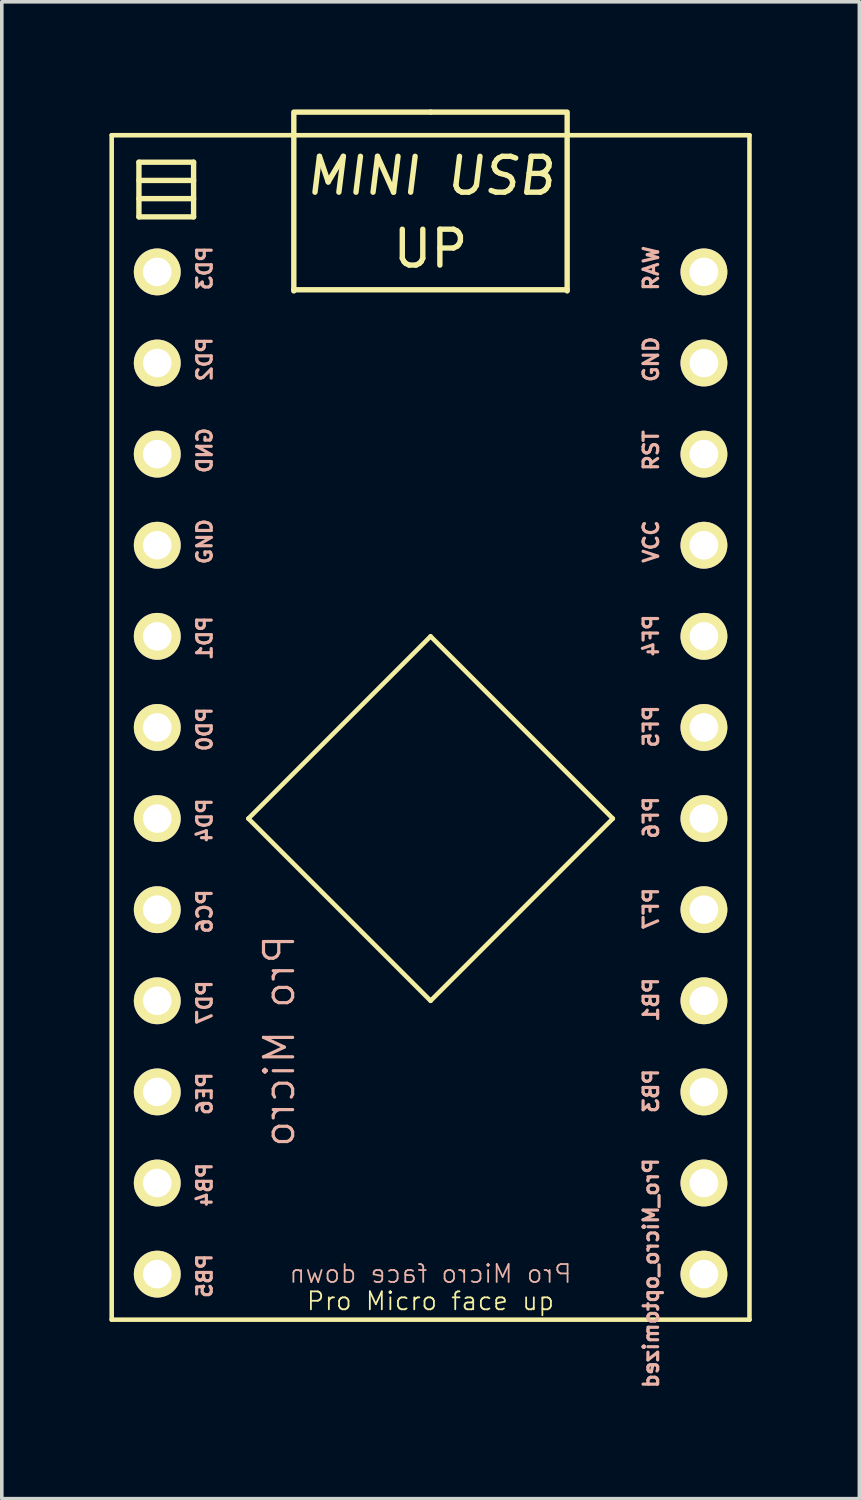
<source format=kicad_pcb>
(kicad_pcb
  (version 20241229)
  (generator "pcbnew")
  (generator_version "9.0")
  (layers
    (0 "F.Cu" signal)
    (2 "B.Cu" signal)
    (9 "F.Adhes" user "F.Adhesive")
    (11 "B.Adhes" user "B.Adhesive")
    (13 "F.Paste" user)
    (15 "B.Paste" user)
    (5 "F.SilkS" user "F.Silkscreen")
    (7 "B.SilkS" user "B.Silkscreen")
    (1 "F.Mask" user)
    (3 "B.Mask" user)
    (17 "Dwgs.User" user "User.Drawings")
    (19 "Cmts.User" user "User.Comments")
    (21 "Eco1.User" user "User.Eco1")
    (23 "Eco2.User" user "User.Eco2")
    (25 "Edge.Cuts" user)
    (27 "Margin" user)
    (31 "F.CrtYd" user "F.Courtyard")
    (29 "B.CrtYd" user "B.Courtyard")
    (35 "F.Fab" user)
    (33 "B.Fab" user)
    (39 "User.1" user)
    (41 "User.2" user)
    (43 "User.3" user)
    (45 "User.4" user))
  (footprint "Pro_Micro_optomized"
    (layer "F.Cu")
    (at 8.951 0.71)
    (property "Reference" "Pro_Micro_optomized" (at 6.15 31.734 90) (layer "B.SilkS") (effects (font (size 0.406 0.406) (thickness 0.089)) (justify mirror)))
    (attr exclude_from_pos_files exclude_from_bom)
    (fp_line (start -8.887 0.01) (end -8.887 33.03) (stroke (width 0.127) (type solid)) (layer "F.SilkS"))
    (fp_line (start -8.887 33.03) (end 8.893 33.03) (stroke (width 0.127) (type solid)) (layer "F.SilkS"))
    (fp_line (start -8.128 0.762) (end -8.128 2.286) (stroke (width 0.15) (type solid)) (layer "F.SilkS"))
    (fp_line (start -8.128 1.27) (end -6.604 1.27) (stroke (width 0.15) (type solid)) (layer "F.SilkS"))
    (fp_line (start -8.128 1.778) (end -6.604 1.778) (stroke (width 0.15) (type solid)) (layer "F.SilkS"))
    (fp_line (start -8.128 2.286) (end -6.604 2.286) (stroke (width 0.15) (type solid)) (layer "F.SilkS"))
    (fp_line (start -6.604 0.762) (end -8.128 0.762) (stroke (width 0.15) (type solid)) (layer "F.SilkS"))
    (fp_line (start -6.604 2.286) (end -6.604 0.762) (stroke (width 0.15) (type solid)) (layer "F.SilkS"))
    (fp_line (start -5.077 19.06) (end 0.003 13.98) (stroke (width 0.127) (type solid)) (layer "F.SilkS"))
    (fp_line (start -3.81 -0.635) (end -3.81 4.35) (stroke (width 0.15) (type solid)) (layer "F.SilkS"))
    (fp_line (start -3.81 4.318) (end 3.81 4.318) (stroke (width 0.15) (type solid)) (layer "F.SilkS"))
    (fp_line (start 0 -0.635) (end -3.75 -0.635) (stroke (width 0.15) (type solid)) (layer "F.SilkS"))
    (fp_line (start 0 -0.635) (end 3.75 -0.635) (stroke (width 0.15) (type solid)) (layer "F.SilkS"))
    (fp_line (start 0.003 13.98) (end 5.083 19.06) (stroke (width 0.127) (type solid)) (layer "F.SilkS"))
    (fp_line (start 0.003 24.14) (end -5.077 19.06) (stroke (width 0.127) (type solid)) (layer "F.SilkS"))
    (fp_line (start 3.81 -0.635) (end 3.81 4.35) (stroke (width 0.15) (type solid)) (layer "F.SilkS"))
    (fp_line (start 5.083 19.06) (end 0.003 24.14) (stroke (width 0.127) (type solid)) (layer "F.SilkS"))
    (fp_line (start 8.893 0.01) (end -8.887 0.01) (stroke (width 0.127) (type solid)) (layer "F.SilkS"))
    (fp_line (start 8.893 33.03) (end 8.893 0.01) (stroke (width 0.127) (type solid)) (layer "F.SilkS"))
    (fp_text user "UP" (at 0 3.175 0) (layer "F.SilkS") (effects (font (size 1 1) (thickness 0.15))))
    (fp_text user "Pro Micro face up" (at 0 32.512 0) (layer "F.SilkS") (effects (font (size 0.5 0.5) (thickness 0.05))))
    (fp_text user "MINI USB" (at 0 1.143 0) (layer "F.SilkS") (effects (font (size 1 1) (thickness 0.15) (italic yes))))
    (fp_text user "PE6" (at -6.296 26.73 90) (layer "B.SilkS") (effects (font (size 0.406 0.406) (thickness 0.089)) (justify mirror)))
    (fp_text user "RAW" (at 6.15 3.718 90) (layer "B.SilkS") (effects (font (size 0.406 0.406) (thickness 0.089))))
    (fp_text user "PF6" (at 6.15 19.034 90) (layer "B.SilkS") (effects (font (size 0.406 0.406) (thickness 0.089)) (justify mirror)))
    (fp_text user "GND" (at -6.296 11.338 90) (layer "B.SilkS") (effects (font (size 0.406 0.406) (thickness 0.089))))
    (fp_text user "PB5" (at -6.296 31.81 90) (layer "B.SilkS") (effects (font (size 0.406 0.406) (thickness 0.089)) (justify mirror)))
    (fp_text user "VCC" (at 6.15 11.338 90) (layer "B.SilkS") (effects (font (size 0.406 0.406) (thickness 0.089))))
    (fp_text user "PB1" (at 6.15 24.112 90) (layer "B.SilkS") (effects (font (size 0.406 0.406) (thickness 0.089)) (justify mirror)))
    (fp_text user "RST" (at 6.15 8.798 90) (layer "B.SilkS") (effects (font (size 0.406 0.406) (thickness 0.089))))
    (fp_text user "PD1" (at -6.296 14.03 90) (layer "B.SilkS") (effects (font (size 0.406 0.406) (thickness 0.089)) (justify mirror)))
    (fp_text user "PF7" (at 6.15 21.574 90) (layer "B.SilkS") (effects (font (size 0.406 0.406) (thickness 0.089)) (justify mirror)))
    (fp_text user "PD4" (at -6.296 19.11 90) (layer "B.SilkS") (effects (font (size 0.406 0.406) (thickness 0.089)) (justify mirror)))
    (fp_text user "Pro Micro face down" (at 0 31.75 0) (layer "B.SilkS") (effects (font (size 0.5 0.5) (thickness 0.05)) (justify mirror)))
    (fp_text user "PF4" (at 6.15 13.957 90) (layer "B.SilkS") (effects (font (size 0.406 0.406) (thickness 0.089)) (justify mirror)))
    (fp_text user "GND" (at 6.15 6.258 90) (layer "B.SilkS") (effects (font (size 0.406 0.406) (thickness 0.089))))
    (fp_text user "Pro Micro" (at -4.214 25.257 90) (layer "B.SilkS") (effects (font (size 0.813 0.813) (thickness 0.089)) (justify mirror)))
    (fp_text user "PB4" (at -6.296 29.27 90) (layer "B.SilkS") (effects (font (size 0.406 0.406) (thickness 0.089)) (justify mirror)))
    (fp_text user "PD3" (at -6.296 3.718 90) (layer "B.SilkS") (effects (font (size 0.406 0.406) (thickness 0.089)) (justify mirror)))
    (fp_text user "PD2" (at -6.296 6.258 90) (layer "B.SilkS") (effects (font (size 0.406 0.406) (thickness 0.089)) (justify mirror)))
    (fp_text user "PF5" (at 6.15 16.494 90) (layer "B.SilkS") (effects (font (size 0.406 0.406) (thickness 0.089)) (justify mirror)))
    (fp_text user "GND" (at -6.296 8.798 90) (layer "B.SilkS") (effects (font (size 0.406 0.406) (thickness 0.089)) (justify mirror)))
    (fp_text user "PC6" (at -6.296 21.65 90) (layer "B.SilkS") (effects (font (size 0.406 0.406) (thickness 0.089)) (justify mirror)))
    (fp_text user "PB3" (at 6.15 26.654 90) (layer "B.SilkS") (effects (font (size 0.406 0.406) (thickness 0.089)) (justify mirror)))
    (fp_text user "PD7" (at -6.296 24.19 90) (layer "B.SilkS") (effects (font (size 0.406 0.406) (thickness 0.089)) (justify mirror)))
    (fp_text user "PD0" (at -6.296 16.57 90) (layer "B.SilkS") (effects (font (size 0.406 0.406) (thickness 0.089)) (justify mirror)))
    (pad "1" thru_hole circle (at 7.623 3.82 90) (size 1.306 1.306) (drill 0.798) (layers "*.Cu" "F.Mask" "F.SilkS" "F.Paste"))
    (pad "2" thru_hole circle (at 7.623 6.36 90) (size 1.306 1.306) (drill 0.798) (layers "*.Cu" "F.Mask" "F.SilkS" "F.Paste"))
    (pad "3" thru_hole circle (at 7.623 8.9 90) (size 1.306 1.306) (drill 0.798) (layers "*.Cu" "F.Mask" "F.SilkS" "F.Paste"))
    (pad "4" thru_hole circle (at 7.623 11.44 90) (size 1.306 1.306) (drill 0.798) (layers "*.Cu" "F.Mask" "F.SilkS" "F.Paste"))
    (pad "5" thru_hole circle (at 7.623 13.98 90) (size 1.306 1.306) (drill 0.798) (layers "*.Cu" "F.Mask" "F.SilkS" "F.Paste"))
    (pad "6" thru_hole circle (at 7.623 16.52 90) (size 1.306 1.306) (drill 0.798) (layers "*.Cu" "F.Mask" "F.SilkS" "F.Paste"))
    (pad "7" thru_hole circle (at 7.623 19.06 90) (size 1.306 1.306) (drill 0.798) (layers "*.Cu" "F.Mask" "F.SilkS" "F.Paste"))
    (pad "8" thru_hole circle (at 7.623 21.6 90) (size 1.306 1.306) (drill 0.798) (layers "*.Cu" "F.Mask" "F.SilkS" "F.Paste"))
    (pad "9" thru_hole circle (at 7.623 24.14 90) (size 1.306 1.306) (drill 0.798) (layers "*.Cu" "F.Mask" "F.SilkS" "F.Paste"))
    (pad "10" thru_hole circle (at 7.623 26.68 90) (size 1.306 1.306) (drill 0.798) (layers "*.Cu" "F.Mask" "F.SilkS" "F.Paste"))
    (pad "11" thru_hole circle (at 7.623 29.22 90) (size 1.306 1.306) (drill 0.798) (layers "*.Cu" "F.Mask" "F.SilkS" "F.Paste"))
    (pad "12" thru_hole circle (at 7.623 31.76 90) (size 1.306 1.306) (drill 0.798) (layers "*.Cu" "F.Mask" "F.SilkS" "F.Paste"))
    (pad "13" thru_hole circle (at -7.617 3.82 90) (size 1.306 1.306) (drill 0.798) (layers "*.Cu" "F.Mask" "F.SilkS" "F.Paste"))
    (pad "14" thru_hole circle (at -7.617 6.36 90) (size 1.306 1.306) (drill 0.798) (layers "*.Cu" "F.Mask" "F.SilkS" "F.Paste"))
    (pad "15" thru_hole circle (at -7.617 8.9 90) (size 1.306 1.306) (drill 0.798) (layers "*.Cu" "F.Mask" "F.SilkS" "F.Paste"))
    (pad "16" thru_hole circle (at -7.617 11.44 90) (size 1.306 1.306) (drill 0.798) (layers "*.Cu" "F.Mask" "F.SilkS" "F.Paste"))
    (pad "17" thru_hole circle (at -7.617 13.98 90) (size 1.306 1.306) (drill 0.798) (layers "*.Cu" "F.Mask" "F.SilkS" "F.Paste"))
    (pad "18" thru_hole circle (at -7.617 16.52 90) (size 1.306 1.306) (drill 0.798) (layers "*.Cu" "F.Mask" "F.SilkS" "F.Paste"))
    (pad "19" thru_hole circle (at -7.617 19.06 90) (size 1.306 1.306) (drill 0.798) (layers "*.Cu" "F.Mask" "F.SilkS" "F.Paste"))
    (pad "20" thru_hole circle (at -7.617 21.6 90) (size 1.306 1.306) (drill 0.798) (layers "*.Cu" "F.Mask" "F.SilkS" "F.Paste"))
    (pad "21" thru_hole circle (at -7.617 24.14 90) (size 1.306 1.306) (drill 0.798) (layers "*.Cu" "F.Mask" "F.SilkS" "F.Paste"))
    (pad "22" thru_hole circle (at -7.617 26.68 90) (size 1.306 1.306) (drill 0.798) (layers "*.Cu" "F.Mask" "F.SilkS" "F.Paste"))
    (pad "23" thru_hole circle (at -7.617 29.22 90) (size 1.306 1.306) (drill 0.798) (layers "*.Cu" "F.Mask" "F.SilkS" "F.Paste"))
    (pad "24" thru_hole circle (at -7.617 31.76 90) (size 1.306 1.306) (drill 0.798) (layers "*.Cu" "F.Mask" "F.SilkS" "F.Paste")))
  (gr_rect
    (start -3 -3)
    (end 20.907 38.73)
    (stroke (width 0.1) (type default))
    (fill no)
    (layer "Edge.Cuts")))
</source>
